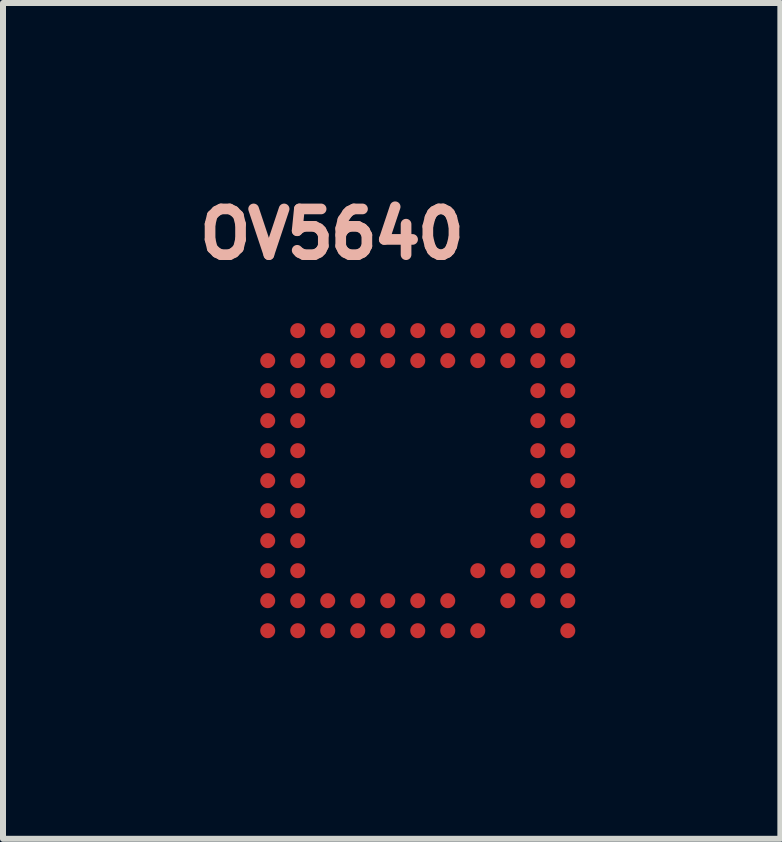
<source format=kicad_pcb>
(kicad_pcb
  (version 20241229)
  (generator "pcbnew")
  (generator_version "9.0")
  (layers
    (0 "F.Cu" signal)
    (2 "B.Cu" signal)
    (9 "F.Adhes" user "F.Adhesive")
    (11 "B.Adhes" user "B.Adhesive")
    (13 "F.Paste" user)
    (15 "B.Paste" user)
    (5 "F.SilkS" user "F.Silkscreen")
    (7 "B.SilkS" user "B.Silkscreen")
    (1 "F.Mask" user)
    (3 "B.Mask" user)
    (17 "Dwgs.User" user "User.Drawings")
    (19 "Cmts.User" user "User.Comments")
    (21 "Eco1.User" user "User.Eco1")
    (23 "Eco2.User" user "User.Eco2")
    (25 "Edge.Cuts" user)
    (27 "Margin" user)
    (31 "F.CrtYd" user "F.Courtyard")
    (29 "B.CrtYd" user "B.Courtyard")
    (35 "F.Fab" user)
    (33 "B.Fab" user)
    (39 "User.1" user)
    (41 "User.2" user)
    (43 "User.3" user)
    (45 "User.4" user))
  (footprint "OV5640"
    (layer "F.Cu")
    (at 4.391 4.529)
    (property "Reference" "OV5640" (at -4.203 -3.233 0) (unlocked yes) (layer "B.SilkS") (effects (font (size 0.762 0.762) (thickness 0.178)) (justify left bottom)))
    (attr smd)
    (fp_line (start -4.341 0.379) (end -4.341 0.201) (stroke (width 0.1) (type solid)) (layer "Eco1.User"))
    (fp_line (start -4.341 0.379) (end -4.036 0.684) (stroke (width 0.1) (type solid)) (layer "Eco1.User"))
    (fp_line (start -4.29 -0.916) (end -4.036 -0.484) (stroke (width 0.1) (type solid)) (layer "Eco1.User"))
    (fp_line (start -4.036 -0.484) (end -3.782 -0.916) (stroke (width 0.1) (type solid)) (layer "Eco1.User"))
    (fp_line (start -4.036 0.684) (end -4.036 -0.484) (stroke (width 0.1) (type solid)) (layer "Eco1.User"))
    (fp_line (start -4.036 0.684) (end -3.731 0.379) (stroke (width 0.1) (type solid)) (layer "Eco1.User"))
    (fp_line (start -3.731 0.379) (end -3.731 0.201) (stroke (width 0.1) (type solid)) (layer "Eco1.User"))
    (fp_line (start -3.473 -2.488) (end 2.513 -2.488) (stroke (width 0.1) (type solid)) (layer "Eco1.User"))
    (fp_line (start -3.473 3.348) (end -3.473 -2.488) (stroke (width 0.1) (type solid)) (layer "Eco1.User"))
    (fp_line (start -3.473 3.348) (end 2.513 3.348) (stroke (width 0.1) (type solid)) (layer "Eco1.User"))
    (fp_line (start -1.836 -1.369) (end 1.837 -1.369) (stroke (width 0.1) (type solid)) (layer "Eco1.User"))
    (fp_line (start -1.836 0.000002) (end 1.837 0.000002) (stroke (width 0.05) (type solid)) (layer "Eco1.User"))
    (fp_line (start -1.836 1.369) (end -1.836 -1.369) (stroke (width 0.1) (type solid)) (layer "Eco1.User"))
    (fp_line (start -1.836 1.369) (end 1.837 1.369) (stroke (width 0.1) (type solid)) (layer "Eco1.User"))
    (fp_line (start -0.5 0) (end 0.5 0) (stroke (width 0.1) (type solid)) (layer "Eco1.User"))
    (fp_line (start 0 0.5) (end 0 -0.5) (stroke (width 0.1) (type solid)) (layer "Eco1.User"))
    (fp_line (start 0 1.369) (end 0 -1.369) (stroke (width 0.05) (type solid)) (layer "Eco1.User"))
    (fp_line (start 1.837 1.369) (end 1.837 -1.369) (stroke (width 0.1) (type solid)) (layer "Eco1.User"))
    (fp_line (start 2.513 3.348) (end 2.513 -2.488) (stroke (width 0.1) (type solid)) (layer "Eco1.User"))
    (fp_circle (center -4.061 0.963) (end -4.061 0.735) (stroke (width 0.1) (type solid)) (fill no) (layer "Eco1.User"))
    (pad "A2" smd circle (at -2.48 -2.07) (size 0.25 0.25) (layers "F.Cu" "F.Mask" "F.Paste"))
    (pad "A3" smd circle (at -1.98 -2.07) (size 0.25 0.25) (layers "F.Cu" "F.Mask" "F.Paste"))
    (pad "A4" smd circle (at -1.48 -2.07) (size 0.25 0.25) (layers "F.Cu" "F.Mask" "F.Paste"))
    (pad "A5" smd circle (at -0.98 -2.07) (size 0.25 0.25) (layers "F.Cu" "F.Mask" "F.Paste"))
    (pad "A6" smd circle (at -0.48 -2.07) (size 0.25 0.25) (layers "F.Cu" "F.Mask" "F.Paste"))
    (pad "A7" smd circle (at 0.02 -2.07) (size 0.25 0.25) (layers "F.Cu" "F.Mask" "F.Paste"))
    (pad "A8" smd circle (at 0.52 -2.07) (size 0.25 0.25) (layers "F.Cu" "F.Mask" "F.Paste"))
    (pad "A9" smd circle (at 1.02 -2.07) (size 0.25 0.25) (layers "F.Cu" "F.Mask" "F.Paste"))
    (pad "A10" smd circle (at 1.52 -2.07) (size 0.25 0.25) (layers "F.Cu" "F.Mask" "F.Paste"))
    (pad "A11" smd circle (at 2.02 -2.07) (size 0.25 0.25) (layers "F.Cu" "F.Mask" "F.Paste"))
    (pad "B1" smd circle (at -2.98 -1.57) (size 0.25 0.25) (layers "F.Cu" "F.Mask" "F.Paste"))
    (pad "B2" smd circle (at -2.48 -1.57) (size 0.25 0.25) (layers "F.Cu" "F.Mask" "F.Paste"))
    (pad "B3" smd circle (at -1.98 -1.57) (size 0.25 0.25) (layers "F.Cu" "F.Mask" "F.Paste"))
    (pad "B4" smd circle (at -1.48 -1.57) (size 0.25 0.25) (layers "F.Cu" "F.Mask" "F.Paste"))
    (pad "B5" smd circle (at -0.98 -1.57) (size 0.25 0.25) (layers "F.Cu" "F.Mask" "F.Paste"))
    (pad "B6" smd circle (at -0.48 -1.57) (size 0.25 0.25) (layers "F.Cu" "F.Mask" "F.Paste"))
    (pad "B7" smd circle (at 0.02 -1.57) (size 0.25 0.25) (layers "F.Cu" "F.Mask" "F.Paste"))
    (pad "B8" smd circle (at 0.52 -1.57) (size 0.25 0.25) (layers "F.Cu" "F.Mask" "F.Paste"))
    (pad "B9" smd circle (at 1.02 -1.57) (size 0.25 0.25) (layers "F.Cu" "F.Mask" "F.Paste"))
    (pad "B10" smd circle (at 1.52 -1.57) (size 0.25 0.25) (layers "F.Cu" "F.Mask" "F.Paste"))
    (pad "B11" smd circle (at 2.02 -1.57) (size 0.25 0.25) (layers "F.Cu" "F.Mask" "F.Paste"))
    (pad "C1" smd circle (at -2.98 -1.07) (size 0.25 0.25) (layers "F.Cu" "F.Mask" "F.Paste"))
    (pad "C2" smd circle (at -2.48 -1.07) (size 0.25 0.25) (layers "F.Cu" "F.Mask" "F.Paste"))
    (pad "C3" smd circle (at -1.98 -1.07) (size 0.25 0.25) (layers "F.Cu" "F.Mask" "F.Paste"))
    (pad "C10" smd circle (at 1.52 -1.07) (size 0.25 0.25) (layers "F.Cu" "F.Mask" "F.Paste"))
    (pad "C11" smd circle (at 2.02 -1.07) (size 0.25 0.25) (layers "F.Cu" "F.Mask" "F.Paste"))
    (pad "D1" smd circle (at -2.98 -0.57) (size 0.25 0.25) (layers "F.Cu" "F.Mask" "F.Paste"))
    (pad "D2" smd circle (at -2.48 -0.57) (size 0.25 0.25) (layers "F.Cu" "F.Mask" "F.Paste"))
    (pad "D10" smd circle (at 1.52 -0.57) (size 0.25 0.25) (layers "F.Cu" "F.Mask" "F.Paste"))
    (pad "D11" smd circle (at 2.02 -0.57) (size 0.25 0.25) (layers "F.Cu" "F.Mask" "F.Paste"))
    (pad "E1" smd circle (at -2.98 -0.07) (size 0.25 0.25) (layers "F.Cu" "F.Mask" "F.Paste"))
    (pad "E2" smd circle (at -2.48 -0.07) (size 0.25 0.25) (layers "F.Cu" "F.Mask" "F.Paste"))
    (pad "E10" smd circle (at 1.52 -0.07) (size 0.25 0.25) (layers "F.Cu" "F.Mask" "F.Paste"))
    (pad "E11" smd circle (at 2.02 -0.07) (size 0.25 0.25) (layers "F.Cu" "F.Mask" "F.Paste"))
    (pad "F1" smd circle (at -2.98 0.43) (size 0.25 0.25) (layers "F.Cu" "F.Mask" "F.Paste"))
    (pad "F2" smd circle (at -2.48 0.43) (size 0.25 0.25) (layers "F.Cu" "F.Mask" "F.Paste"))
    (pad "F10" smd circle (at 1.52 0.43) (size 0.25 0.25) (layers "F.Cu" "F.Mask" "F.Paste"))
    (pad "F11" smd circle (at 2.02 0.43) (size 0.25 0.25) (layers "F.Cu" "F.Mask" "F.Paste"))
    (pad "G1" smd circle (at -2.98 0.93) (size 0.25 0.25) (layers "F.Cu" "F.Mask" "F.Paste"))
    (pad "G2" smd circle (at -2.48 0.93) (size 0.25 0.25) (layers "F.Cu" "F.Mask" "F.Paste"))
    (pad "G10" smd circle (at 1.52 0.93) (size 0.25 0.25) (layers "F.Cu" "F.Mask" "F.Paste"))
    (pad "G11" smd circle (at 2.02 0.93) (size 0.25 0.25) (layers "F.Cu" "F.Mask" "F.Paste"))
    (pad "H1" smd circle (at -2.98 1.43) (size 0.25 0.25) (layers "F.Cu" "F.Mask" "F.Paste"))
    (pad "H2" smd circle (at -2.48 1.43) (size 0.25 0.25) (layers "F.Cu" "F.Mask" "F.Paste"))
    (pad "H10" smd circle (at 1.52 1.43) (size 0.25 0.25) (layers "F.Cu" "F.Mask" "F.Paste"))
    (pad "H11" smd circle (at 2.02 1.43) (size 0.25 0.25) (layers "F.Cu" "F.Mask" "F.Paste"))
    (pad "I1" smd circle (at -2.98 1.93) (size 0.25 0.25) (layers "F.Cu" "F.Mask" "F.Paste"))
    (pad "I2" smd circle (at -2.48 1.93) (size 0.25 0.25) (layers "F.Cu" "F.Mask" "F.Paste"))
    (pad "I8" smd circle (at 0.52 1.93) (size 0.25 0.25) (layers "F.Cu" "F.Mask" "F.Paste"))
    (pad "I9" smd circle (at 1.02 1.93) (size 0.25 0.25) (layers "F.Cu" "F.Mask" "F.Paste"))
    (pad "I10" smd circle (at 1.52 1.93) (size 0.25 0.25) (layers "F.Cu" "F.Mask" "F.Paste"))
    (pad "I11" smd circle (at 2.02 1.93) (size 0.25 0.25) (layers "F.Cu" "F.Mask" "F.Paste"))
    (pad "J1" smd circle (at -2.98 2.43) (size 0.25 0.25) (layers "F.Cu" "F.Mask" "F.Paste"))
    (pad "J2" smd circle (at -2.48 2.43) (size 0.25 0.25) (layers "F.Cu" "F.Mask" "F.Paste"))
    (pad "J3" smd circle (at -1.98 2.43) (size 0.25 0.25) (layers "F.Cu" "F.Mask" "F.Paste"))
    (pad "J4" smd circle (at -1.48 2.43) (size 0.25 0.25) (layers "F.Cu" "F.Mask" "F.Paste"))
    (pad "J5" smd circle (at -0.98 2.43) (size 0.25 0.25) (layers "F.Cu" "F.Mask" "F.Paste"))
    (pad "J6" smd circle (at -0.48 2.43) (size 0.25 0.25) (layers "F.Cu" "F.Mask" "F.Paste"))
    (pad "J7" smd circle (at 0.02 2.43) (size 0.25 0.25) (layers "F.Cu" "F.Mask" "F.Paste"))
    (pad "J9" smd circle (at 1.02 2.43) (size 0.25 0.25) (layers "F.Cu" "F.Mask" "F.Paste"))
    (pad "J10" smd circle (at 1.52 2.43) (size 0.25 0.25) (layers "F.Cu" "F.Mask" "F.Paste"))
    (pad "J11" smd circle (at 2.02 2.43) (size 0.25 0.25) (layers "F.Cu" "F.Mask" "F.Paste"))
    (pad "K1" smd circle (at -2.98 2.93) (size 0.25 0.25) (layers "F.Cu" "F.Mask" "F.Paste"))
    (pad "K2" smd circle (at -2.48 2.93) (size 0.25 0.25) (layers "F.Cu" "F.Mask" "F.Paste"))
    (pad "K3" smd circle (at -1.98 2.93) (size 0.25 0.25) (layers "F.Cu" "F.Mask" "F.Paste"))
    (pad "K4" smd circle (at -1.48 2.93) (size 0.25 0.25) (layers "F.Cu" "F.Mask" "F.Paste"))
    (pad "K5" smd circle (at -0.98 2.93) (size 0.25 0.25) (layers "F.Cu" "F.Mask" "F.Paste"))
    (pad "K6" smd circle (at -0.48 2.93) (size 0.25 0.25) (layers "F.Cu" "F.Mask" "F.Paste"))
    (pad "K7" smd circle (at 0.02 2.93) (size 0.25 0.25) (layers "F.Cu" "F.Mask" "F.Paste"))
    (pad "K8" smd circle (at 0.52 2.93) (size 0.25 0.25) (layers "F.Cu" "F.Mask" "F.Paste"))
    (pad "K11" smd circle (at 2.02 2.93) (size 0.25 0.25) (layers "F.Cu" "F.Mask" "F.Paste")))
  (gr_rect
    (start -3 -3)
    (end 9.953 10.927)
    (stroke (width 0.1) (type default))
    (fill no)
    (layer "Edge.Cuts")))
</source>
